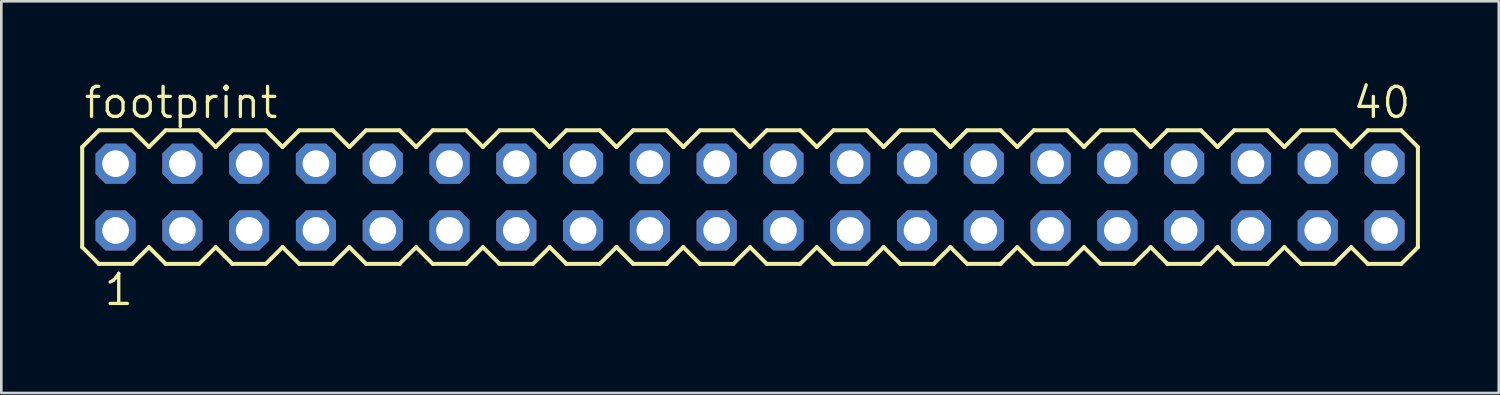
<source format=kicad_pcb>
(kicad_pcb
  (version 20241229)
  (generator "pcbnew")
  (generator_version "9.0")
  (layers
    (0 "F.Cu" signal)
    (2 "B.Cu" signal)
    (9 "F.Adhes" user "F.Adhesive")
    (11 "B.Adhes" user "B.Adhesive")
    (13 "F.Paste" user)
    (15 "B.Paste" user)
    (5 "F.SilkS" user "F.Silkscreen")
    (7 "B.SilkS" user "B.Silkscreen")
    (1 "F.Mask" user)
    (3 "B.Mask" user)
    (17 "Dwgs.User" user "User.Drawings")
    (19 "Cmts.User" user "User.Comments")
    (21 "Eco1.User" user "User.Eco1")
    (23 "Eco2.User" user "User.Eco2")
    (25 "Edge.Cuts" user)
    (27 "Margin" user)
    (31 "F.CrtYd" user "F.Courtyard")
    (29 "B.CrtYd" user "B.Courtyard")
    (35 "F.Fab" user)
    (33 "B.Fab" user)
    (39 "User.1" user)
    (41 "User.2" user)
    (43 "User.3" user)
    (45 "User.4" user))
  (footprint "footprint"
    (layer "F.Cu")
    (at 25.476 4.445)
    (property "Reference" "footprint" (at -25.4 -2.921 0) (layer "F.SilkS") (effects (font (size 1.143 1.143) (thickness 0.127)) (justify left bottom)))
    (fp_line (start -25.4 -1.905) (end -25.4 1.905) (stroke (width 0.152) (type solid)) (layer "F.SilkS"))
    (fp_line (start -25.4 1.905) (end -24.765 2.54) (stroke (width 0.152) (type solid)) (layer "F.SilkS"))
    (fp_line (start -24.765 -2.54) (end -25.4 -1.905) (stroke (width 0.152) (type solid)) (layer "F.SilkS"))
    (fp_line (start -24.765 -2.54) (end -23.495 -2.54) (stroke (width 0.152) (type solid)) (layer "F.SilkS"))
    (fp_line (start -23.495 -2.54) (end -22.86 -1.905) (stroke (width 0.152) (type solid)) (layer "F.SilkS"))
    (fp_line (start -23.495 2.54) (end -24.765 2.54) (stroke (width 0.152) (type solid)) (layer "F.SilkS"))
    (fp_line (start -22.86 -1.905) (end -22.225 -2.54) (stroke (width 0.152) (type solid)) (layer "F.SilkS"))
    (fp_line (start -22.86 1.905) (end -23.495 2.54) (stroke (width 0.152) (type solid)) (layer "F.SilkS"))
    (fp_line (start -22.225 -2.54) (end -20.955 -2.54) (stroke (width 0.152) (type solid)) (layer "F.SilkS"))
    (fp_line (start -22.225 2.54) (end -22.86 1.905) (stroke (width 0.152) (type solid)) (layer "F.SilkS"))
    (fp_line (start -20.955 -2.54) (end -20.32 -1.905) (stroke (width 0.152) (type solid)) (layer "F.SilkS"))
    (fp_line (start -20.955 2.54) (end -22.225 2.54) (stroke (width 0.152) (type solid)) (layer "F.SilkS"))
    (fp_line (start -20.32 -1.905) (end -19.685 -2.54) (stroke (width 0.152) (type solid)) (layer "F.SilkS"))
    (fp_line (start -20.32 1.905) (end -20.955 2.54) (stroke (width 0.152) (type solid)) (layer "F.SilkS"))
    (fp_line (start -19.685 -2.54) (end -18.415 -2.54) (stroke (width 0.152) (type solid)) (layer "F.SilkS"))
    (fp_line (start -19.685 2.54) (end -20.32 1.905) (stroke (width 0.152) (type solid)) (layer "F.SilkS"))
    (fp_line (start -18.415 -2.54) (end -17.78 -1.905) (stroke (width 0.152) (type solid)) (layer "F.SilkS"))
    (fp_line (start -18.415 2.54) (end -19.685 2.54) (stroke (width 0.152) (type solid)) (layer "F.SilkS"))
    (fp_line (start -17.78 1.905) (end -18.415 2.54) (stroke (width 0.152) (type solid)) (layer "F.SilkS"))
    (fp_line (start -17.78 1.905) (end -17.145 2.54) (stroke (width 0.152) (type solid)) (layer "F.SilkS"))
    (fp_line (start -17.145 -2.54) (end -17.78 -1.905) (stroke (width 0.152) (type solid)) (layer "F.SilkS"))
    (fp_line (start -17.145 -2.54) (end -15.875 -2.54) (stroke (width 0.152) (type solid)) (layer "F.SilkS"))
    (fp_line (start -15.875 -2.54) (end -15.24 -1.905) (stroke (width 0.152) (type solid)) (layer "F.SilkS"))
    (fp_line (start -15.875 2.54) (end -17.145 2.54) (stroke (width 0.152) (type solid)) (layer "F.SilkS"))
    (fp_line (start -15.24 -1.905) (end -14.605 -2.54) (stroke (width 0.152) (type solid)) (layer "F.SilkS"))
    (fp_line (start -15.24 1.905) (end -15.875 2.54) (stroke (width 0.152) (type solid)) (layer "F.SilkS"))
    (fp_line (start -14.605 -2.54) (end -13.335 -2.54) (stroke (width 0.152) (type solid)) (layer "F.SilkS"))
    (fp_line (start -14.605 2.54) (end -15.24 1.905) (stroke (width 0.152) (type solid)) (layer "F.SilkS"))
    (fp_line (start -13.335 -2.54) (end -12.7 -1.905) (stroke (width 0.152) (type solid)) (layer "F.SilkS"))
    (fp_line (start -13.335 2.54) (end -14.605 2.54) (stroke (width 0.152) (type solid)) (layer "F.SilkS"))
    (fp_line (start -12.7 -1.905) (end -12.065 -2.54) (stroke (width 0.152) (type solid)) (layer "F.SilkS"))
    (fp_line (start -12.7 1.905) (end -13.335 2.54) (stroke (width 0.152) (type solid)) (layer "F.SilkS"))
    (fp_line (start -12.065 -2.54) (end -10.795 -2.54) (stroke (width 0.152) (type solid)) (layer "F.SilkS"))
    (fp_line (start -12.065 2.54) (end -12.7 1.905) (stroke (width 0.152) (type solid)) (layer "F.SilkS"))
    (fp_line (start -10.795 -2.54) (end -10.16 -1.905) (stroke (width 0.152) (type solid)) (layer "F.SilkS"))
    (fp_line (start -10.795 2.54) (end -12.065 2.54) (stroke (width 0.152) (type solid)) (layer "F.SilkS"))
    (fp_line (start -10.16 -1.905) (end -9.525 -2.54) (stroke (width 0.152) (type solid)) (layer "F.SilkS"))
    (fp_line (start -10.16 1.905) (end -10.795 2.54) (stroke (width 0.152) (type solid)) (layer "F.SilkS"))
    (fp_line (start -9.525 -2.54) (end -8.255 -2.54) (stroke (width 0.152) (type solid)) (layer "F.SilkS"))
    (fp_line (start -9.525 2.54) (end -10.16 1.905) (stroke (width 0.152) (type solid)) (layer "F.SilkS"))
    (fp_line (start -8.255 -2.54) (end -7.62 -1.905) (stroke (width 0.152) (type solid)) (layer "F.SilkS"))
    (fp_line (start -8.255 2.54) (end -9.525 2.54) (stroke (width 0.152) (type solid)) (layer "F.SilkS"))
    (fp_line (start -7.62 1.905) (end -8.255 2.54) (stroke (width 0.152) (type solid)) (layer "F.SilkS"))
    (fp_line (start -7.62 1.905) (end -6.985 2.54) (stroke (width 0.152) (type solid)) (layer "F.SilkS"))
    (fp_line (start -6.985 -2.54) (end -7.62 -1.905) (stroke (width 0.152) (type solid)) (layer "F.SilkS"))
    (fp_line (start -6.985 -2.54) (end -5.715 -2.54) (stroke (width 0.152) (type solid)) (layer "F.SilkS"))
    (fp_line (start -5.715 -2.54) (end -5.08 -1.905) (stroke (width 0.152) (type solid)) (layer "F.SilkS"))
    (fp_line (start -5.715 2.54) (end -6.985 2.54) (stroke (width 0.152) (type solid)) (layer "F.SilkS"))
    (fp_line (start -5.08 -1.905) (end -4.445 -2.54) (stroke (width 0.152) (type solid)) (layer "F.SilkS"))
    (fp_line (start -5.08 1.905) (end -5.715 2.54) (stroke (width 0.152) (type solid)) (layer "F.SilkS"))
    (fp_line (start -4.445 -2.54) (end -3.175 -2.54) (stroke (width 0.152) (type solid)) (layer "F.SilkS"))
    (fp_line (start -4.445 2.54) (end -5.08 1.905) (stroke (width 0.152) (type solid)) (layer "F.SilkS"))
    (fp_line (start -3.175 -2.54) (end -2.54 -1.905) (stroke (width 0.152) (type solid)) (layer "F.SilkS"))
    (fp_line (start -3.175 2.54) (end -4.445 2.54) (stroke (width 0.152) (type solid)) (layer "F.SilkS"))
    (fp_line (start -2.54 -1.905) (end -1.905 -2.54) (stroke (width 0.152) (type solid)) (layer "F.SilkS"))
    (fp_line (start -2.54 1.905) (end -3.175 2.54) (stroke (width 0.152) (type solid)) (layer "F.SilkS"))
    (fp_line (start -1.905 -2.54) (end -0.635 -2.54) (stroke (width 0.152) (type solid)) (layer "F.SilkS"))
    (fp_line (start -1.905 2.54) (end -2.54 1.905) (stroke (width 0.152) (type solid)) (layer "F.SilkS"))
    (fp_line (start -0.635 -2.54) (end 0 -1.905) (stroke (width 0.152) (type solid)) (layer "F.SilkS"))
    (fp_line (start -0.635 2.54) (end -1.905 2.54) (stroke (width 0.152) (type solid)) (layer "F.SilkS"))
    (fp_line (start 0 1.905) (end -0.635 2.54) (stroke (width 0.152) (type solid)) (layer "F.SilkS"))
    (fp_line (start 0 1.905) (end 0.635 2.54) (stroke (width 0.152) (type solid)) (layer "F.SilkS"))
    (fp_line (start 0.635 -2.54) (end 0 -1.905) (stroke (width 0.152) (type solid)) (layer "F.SilkS"))
    (fp_line (start 0.635 -2.54) (end 1.905 -2.54) (stroke (width 0.152) (type solid)) (layer "F.SilkS"))
    (fp_line (start 1.905 -2.54) (end 2.54 -1.905) (stroke (width 0.152) (type solid)) (layer "F.SilkS"))
    (fp_line (start 1.905 2.54) (end 0.635 2.54) (stroke (width 0.152) (type solid)) (layer "F.SilkS"))
    (fp_line (start 2.54 -1.905) (end 3.175 -2.54) (stroke (width 0.152) (type solid)) (layer "F.SilkS"))
    (fp_line (start 2.54 1.905) (end 1.905 2.54) (stroke (width 0.152) (type solid)) (layer "F.SilkS"))
    (fp_line (start 3.175 -2.54) (end 4.445 -2.54) (stroke (width 0.152) (type solid)) (layer "F.SilkS"))
    (fp_line (start 3.175 2.54) (end 2.54 1.905) (stroke (width 0.152) (type solid)) (layer "F.SilkS"))
    (fp_line (start 4.445 -2.54) (end 5.08 -1.905) (stroke (width 0.152) (type solid)) (layer "F.SilkS"))
    (fp_line (start 4.445 2.54) (end 3.175 2.54) (stroke (width 0.152) (type solid)) (layer "F.SilkS"))
    (fp_line (start 5.08 -1.905) (end 5.715 -2.54) (stroke (width 0.152) (type solid)) (layer "F.SilkS"))
    (fp_line (start 5.08 1.905) (end 4.445 2.54) (stroke (width 0.152) (type solid)) (layer "F.SilkS"))
    (fp_line (start 5.715 -2.54) (end 6.985 -2.54) (stroke (width 0.152) (type solid)) (layer "F.SilkS"))
    (fp_line (start 5.715 2.54) (end 5.08 1.905) (stroke (width 0.152) (type solid)) (layer "F.SilkS"))
    (fp_line (start 6.985 -2.54) (end 7.62 -1.905) (stroke (width 0.152) (type solid)) (layer "F.SilkS"))
    (fp_line (start 6.985 2.54) (end 5.715 2.54) (stroke (width 0.152) (type solid)) (layer "F.SilkS"))
    (fp_line (start 7.62 -1.905) (end 8.255 -2.54) (stroke (width 0.152) (type solid)) (layer "F.SilkS"))
    (fp_line (start 7.62 1.905) (end 6.985 2.54) (stroke (width 0.152) (type solid)) (layer "F.SilkS"))
    (fp_line (start 8.255 -2.54) (end 9.525 -2.54) (stroke (width 0.152) (type solid)) (layer "F.SilkS"))
    (fp_line (start 8.255 2.54) (end 7.62 1.905) (stroke (width 0.152) (type solid)) (layer "F.SilkS"))
    (fp_line (start 9.525 -2.54) (end 10.16 -1.905) (stroke (width 0.152) (type solid)) (layer "F.SilkS"))
    (fp_line (start 9.525 2.54) (end 8.255 2.54) (stroke (width 0.152) (type solid)) (layer "F.SilkS"))
    (fp_line (start 10.16 1.905) (end 9.525 2.54) (stroke (width 0.152) (type solid)) (layer "F.SilkS"))
    (fp_line (start 10.16 1.905) (end 10.795 2.54) (stroke (width 0.152) (type solid)) (layer "F.SilkS"))
    (fp_line (start 10.795 -2.54) (end 10.16 -1.905) (stroke (width 0.152) (type solid)) (layer "F.SilkS"))
    (fp_line (start 10.795 -2.54) (end 12.065 -2.54) (stroke (width 0.152) (type solid)) (layer "F.SilkS"))
    (fp_line (start 12.065 -2.54) (end 12.7 -1.905) (stroke (width 0.152) (type solid)) (layer "F.SilkS"))
    (fp_line (start 12.065 2.54) (end 10.795 2.54) (stroke (width 0.152) (type solid)) (layer "F.SilkS"))
    (fp_line (start 12.7 -1.905) (end 13.335 -2.54) (stroke (width 0.152) (type solid)) (layer "F.SilkS"))
    (fp_line (start 12.7 1.905) (end 12.065 2.54) (stroke (width 0.152) (type solid)) (layer "F.SilkS"))
    (fp_line (start 13.335 -2.54) (end 14.605 -2.54) (stroke (width 0.152) (type solid)) (layer "F.SilkS"))
    (fp_line (start 13.335 2.54) (end 12.7 1.905) (stroke (width 0.152) (type solid)) (layer "F.SilkS"))
    (fp_line (start 14.605 -2.54) (end 15.24 -1.905) (stroke (width 0.152) (type solid)) (layer "F.SilkS"))
    (fp_line (start 14.605 2.54) (end 13.335 2.54) (stroke (width 0.152) (type solid)) (layer "F.SilkS"))
    (fp_line (start 15.24 -1.905) (end 15.875 -2.54) (stroke (width 0.152) (type solid)) (layer "F.SilkS"))
    (fp_line (start 15.24 1.905) (end 14.605 2.54) (stroke (width 0.152) (type solid)) (layer "F.SilkS"))
    (fp_line (start 15.875 -2.54) (end 17.145 -2.54) (stroke (width 0.152) (type solid)) (layer "F.SilkS"))
    (fp_line (start 15.875 2.54) (end 15.24 1.905) (stroke (width 0.152) (type solid)) (layer "F.SilkS"))
    (fp_line (start 17.145 -2.54) (end 17.78 -1.905) (stroke (width 0.152) (type solid)) (layer "F.SilkS"))
    (fp_line (start 17.145 2.54) (end 15.875 2.54) (stroke (width 0.152) (type solid)) (layer "F.SilkS"))
    (fp_line (start 17.78 1.905) (end 17.145 2.54) (stroke (width 0.152) (type solid)) (layer "F.SilkS"))
    (fp_line (start 17.78 1.905) (end 18.415 2.54) (stroke (width 0.152) (type solid)) (layer "F.SilkS"))
    (fp_line (start 18.415 -2.54) (end 17.78 -1.905) (stroke (width 0.152) (type solid)) (layer "F.SilkS"))
    (fp_line (start 18.415 -2.54) (end 19.685 -2.54) (stroke (width 0.152) (type solid)) (layer "F.SilkS"))
    (fp_line (start 19.685 -2.54) (end 20.32 -1.905) (stroke (width 0.152) (type solid)) (layer "F.SilkS"))
    (fp_line (start 19.685 2.54) (end 18.415 2.54) (stroke (width 0.152) (type solid)) (layer "F.SilkS"))
    (fp_line (start 20.32 -1.905) (end 20.955 -2.54) (stroke (width 0.152) (type solid)) (layer "F.SilkS"))
    (fp_line (start 20.32 1.905) (end 19.685 2.54) (stroke (width 0.152) (type solid)) (layer "F.SilkS"))
    (fp_line (start 20.955 -2.54) (end 22.225 -2.54) (stroke (width 0.152) (type solid)) (layer "F.SilkS"))
    (fp_line (start 20.955 2.54) (end 20.32 1.905) (stroke (width 0.152) (type solid)) (layer "F.SilkS"))
    (fp_line (start 22.225 -2.54) (end 22.86 -1.905) (stroke (width 0.152) (type solid)) (layer "F.SilkS"))
    (fp_line (start 22.225 2.54) (end 20.955 2.54) (stroke (width 0.152) (type solid)) (layer "F.SilkS"))
    (fp_line (start 22.86 -1.905) (end 23.495 -2.54) (stroke (width 0.152) (type solid)) (layer "F.SilkS"))
    (fp_line (start 22.86 1.905) (end 22.225 2.54) (stroke (width 0.152) (type solid)) (layer "F.SilkS"))
    (fp_line (start 23.495 -2.54) (end 24.765 -2.54) (stroke (width 0.152) (type solid)) (layer "F.SilkS"))
    (fp_line (start 23.495 2.54) (end 22.86 1.905) (stroke (width 0.152) (type solid)) (layer "F.SilkS"))
    (fp_line (start 24.765 -2.54) (end 25.4 -1.905) (stroke (width 0.152) (type solid)) (layer "F.SilkS"))
    (fp_line (start 24.765 2.54) (end 23.495 2.54) (stroke (width 0.152) (type solid)) (layer "F.SilkS"))
    (fp_line (start 25.4 -1.905) (end 25.4 1.905) (stroke (width 0.152) (type solid)) (layer "F.SilkS"))
    (fp_line (start 25.4 1.905) (end 24.765 2.54) (stroke (width 0.152) (type solid)) (layer "F.SilkS"))
    (fp_poly (pts (xy -24.384 -1.016) (xy -23.876 -1.016) (xy -23.876 -1.524) (xy -24.384 -1.524)) (stroke (width 0.1) (type solid)) (fill no) (layer "F.Fab"))
    (fp_poly (pts (xy -24.384 1.524) (xy -23.876 1.524) (xy -23.876 1.016) (xy -24.384 1.016)) (stroke (width 0.1) (type solid)) (fill no) (layer "F.Fab"))
    (fp_poly (pts (xy -21.844 -1.016) (xy -21.336 -1.016) (xy -21.336 -1.524) (xy -21.844 -1.524)) (stroke (width 0.1) (type solid)) (fill no) (layer "F.Fab"))
    (fp_poly (pts (xy -21.844 1.524) (xy -21.336 1.524) (xy -21.336 1.016) (xy -21.844 1.016)) (stroke (width 0.1) (type solid)) (fill no) (layer "F.Fab"))
    (fp_poly (pts (xy -19.304 -1.016) (xy -18.796 -1.016) (xy -18.796 -1.524) (xy -19.304 -1.524)) (stroke (width 0.1) (type solid)) (fill no) (layer "F.Fab"))
    (fp_poly (pts (xy -19.304 1.524) (xy -18.796 1.524) (xy -18.796 1.016) (xy -19.304 1.016)) (stroke (width 0.1) (type solid)) (fill no) (layer "F.Fab"))
    (fp_poly (pts (xy -16.764 -1.016) (xy -16.256 -1.016) (xy -16.256 -1.524) (xy -16.764 -1.524)) (stroke (width 0.1) (type solid)) (fill no) (layer "F.Fab"))
    (fp_poly (pts (xy -16.764 1.524) (xy -16.256 1.524) (xy -16.256 1.016) (xy -16.764 1.016)) (stroke (width 0.1) (type solid)) (fill no) (layer "F.Fab"))
    (fp_poly (pts (xy -14.224 -1.016) (xy -13.716 -1.016) (xy -13.716 -1.524) (xy -14.224 -1.524)) (stroke (width 0.1) (type solid)) (fill no) (layer "F.Fab"))
    (fp_poly (pts (xy -14.224 1.524) (xy -13.716 1.524) (xy -13.716 1.016) (xy -14.224 1.016)) (stroke (width 0.1) (type solid)) (fill no) (layer "F.Fab"))
    (fp_poly (pts (xy -11.684 -1.016) (xy -11.176 -1.016) (xy -11.176 -1.524) (xy -11.684 -1.524)) (stroke (width 0.1) (type solid)) (fill no) (layer "F.Fab"))
    (fp_poly (pts (xy -11.684 1.524) (xy -11.176 1.524) (xy -11.176 1.016) (xy -11.684 1.016)) (stroke (width 0.1) (type solid)) (fill no) (layer "F.Fab"))
    (fp_poly (pts (xy -9.144 -1.016) (xy -8.636 -1.016) (xy -8.636 -1.524) (xy -9.144 -1.524)) (stroke (width 0.1) (type solid)) (fill no) (layer "F.Fab"))
    (fp_poly (pts (xy -9.144 1.524) (xy -8.636 1.524) (xy -8.636 1.016) (xy -9.144 1.016)) (stroke (width 0.1) (type solid)) (fill no) (layer "F.Fab"))
    (fp_poly (pts (xy -6.604 -1.016) (xy -6.096 -1.016) (xy -6.096 -1.524) (xy -6.604 -1.524)) (stroke (width 0.1) (type solid)) (fill no) (layer "F.Fab"))
    (fp_poly (pts (xy -6.604 1.524) (xy -6.096 1.524) (xy -6.096 1.016) (xy -6.604 1.016)) (stroke (width 0.1) (type solid)) (fill no) (layer "F.Fab"))
    (fp_poly (pts (xy -4.064 -1.016) (xy -3.556 -1.016) (xy -3.556 -1.524) (xy -4.064 -1.524)) (stroke (width 0.1) (type solid)) (fill no) (layer "F.Fab"))
    (fp_poly (pts (xy -4.064 1.524) (xy -3.556 1.524) (xy -3.556 1.016) (xy -4.064 1.016)) (stroke (width 0.1) (type solid)) (fill no) (layer "F.Fab"))
    (fp_poly (pts (xy -1.524 -1.016) (xy -1.016 -1.016) (xy -1.016 -1.524) (xy -1.524 -1.524)) (stroke (width 0.1) (type solid)) (fill no) (layer "F.Fab"))
    (fp_poly (pts (xy -1.524 1.524) (xy -1.016 1.524) (xy -1.016 1.016) (xy -1.524 1.016)) (stroke (width 0.1) (type solid)) (fill no) (layer "F.Fab"))
    (fp_poly (pts (xy 1.016 -1.016) (xy 1.524 -1.016) (xy 1.524 -1.524) (xy 1.016 -1.524)) (stroke (width 0.1) (type solid)) (fill no) (layer "F.Fab"))
    (fp_poly (pts (xy 1.016 1.524) (xy 1.524 1.524) (xy 1.524 1.016) (xy 1.016 1.016)) (stroke (width 0.1) (type solid)) (fill no) (layer "F.Fab"))
    (fp_poly (pts (xy 3.556 -1.016) (xy 4.064 -1.016) (xy 4.064 -1.524) (xy 3.556 -1.524)) (stroke (width 0.1) (type solid)) (fill no) (layer "F.Fab"))
    (fp_poly (pts (xy 3.556 1.524) (xy 4.064 1.524) (xy 4.064 1.016) (xy 3.556 1.016)) (stroke (width 0.1) (type solid)) (fill no) (layer "F.Fab"))
    (fp_poly (pts (xy 6.096 -1.016) (xy 6.604 -1.016) (xy 6.604 -1.524) (xy 6.096 -1.524)) (stroke (width 0.1) (type solid)) (fill no) (layer "F.Fab"))
    (fp_poly (pts (xy 6.096 1.524) (xy 6.604 1.524) (xy 6.604 1.016) (xy 6.096 1.016)) (stroke (width 0.1) (type solid)) (fill no) (layer "F.Fab"))
    (fp_poly (pts (xy 8.636 -1.016) (xy 9.144 -1.016) (xy 9.144 -1.524) (xy 8.636 -1.524)) (stroke (width 0.1) (type solid)) (fill no) (layer "F.Fab"))
    (fp_poly (pts (xy 8.636 1.524) (xy 9.144 1.524) (xy 9.144 1.016) (xy 8.636 1.016)) (stroke (width 0.1) (type solid)) (fill no) (layer "F.Fab"))
    (fp_poly (pts (xy 11.176 -1.016) (xy 11.684 -1.016) (xy 11.684 -1.524) (xy 11.176 -1.524)) (stroke (width 0.1) (type solid)) (fill no) (layer "F.Fab"))
    (fp_poly (pts (xy 11.176 1.524) (xy 11.684 1.524) (xy 11.684 1.016) (xy 11.176 1.016)) (stroke (width 0.1) (type solid)) (fill no) (layer "F.Fab"))
    (fp_poly (pts (xy 13.716 -1.016) (xy 14.224 -1.016) (xy 14.224 -1.524) (xy 13.716 -1.524)) (stroke (width 0.1) (type solid)) (fill no) (layer "F.Fab"))
    (fp_poly (pts (xy 13.716 1.524) (xy 14.224 1.524) (xy 14.224 1.016) (xy 13.716 1.016)) (stroke (width 0.1) (type solid)) (fill no) (layer "F.Fab"))
    (fp_poly (pts (xy 16.256 -1.016) (xy 16.764 -1.016) (xy 16.764 -1.524) (xy 16.256 -1.524)) (stroke (width 0.1) (type solid)) (fill no) (layer "F.Fab"))
    (fp_poly (pts (xy 16.256 1.524) (xy 16.764 1.524) (xy 16.764 1.016) (xy 16.256 1.016)) (stroke (width 0.1) (type solid)) (fill no) (layer "F.Fab"))
    (fp_poly (pts (xy 18.796 -1.016) (xy 19.304 -1.016) (xy 19.304 -1.524) (xy 18.796 -1.524)) (stroke (width 0.1) (type solid)) (fill no) (layer "F.Fab"))
    (fp_poly (pts (xy 18.796 1.524) (xy 19.304 1.524) (xy 19.304 1.016) (xy 18.796 1.016)) (stroke (width 0.1) (type solid)) (fill no) (layer "F.Fab"))
    (fp_poly (pts (xy 21.336 -1.016) (xy 21.844 -1.016) (xy 21.844 -1.524) (xy 21.336 -1.524)) (stroke (width 0.1) (type solid)) (fill no) (layer "F.Fab"))
    (fp_poly (pts (xy 21.336 1.524) (xy 21.844 1.524) (xy 21.844 1.016) (xy 21.336 1.016)) (stroke (width 0.1) (type solid)) (fill no) (layer "F.Fab"))
    (fp_poly (pts (xy 23.876 -1.016) (xy 24.384 -1.016) (xy 24.384 -1.524) (xy 23.876 -1.524)) (stroke (width 0.1) (type solid)) (fill no) (layer "F.Fab"))
    (fp_poly (pts (xy 23.876 1.524) (xy 24.384 1.524) (xy 24.384 1.016) (xy 23.876 1.016)) (stroke (width 0.1) (type solid)) (fill no) (layer "F.Fab"))
    (fp_text user "40" (at 22.86 -2.921 0) (layer "F.SilkS") (effects (font (size 1.143 1.143) (thickness 0.127)) (justify left bottom)))
    (fp_text user "1" (at -24.638 4.191 0) (layer "F.SilkS") (effects (font (size 1.143 1.143) (thickness 0.127)) (justify left bottom)))
    (pad "1" thru_hole roundrect (at -24.13 1.27) (size 1.524 1.524) (drill 1.016) (layers "*.Cu" "*.Mask") (roundrect_rratio 0.25) (chamfer_ratio 0.25) (chamfer top_left top_right bottom_left bottom_right))
    (pad "2" thru_hole roundrect (at -24.13 -1.27) (size 1.524 1.524) (drill 1.016) (layers "*.Cu" "*.Mask") (roundrect_rratio 0.25) (chamfer_ratio 0.25) (chamfer top_left top_right bottom_left bottom_right))
    (pad "3" thru_hole roundrect (at -21.59 1.27) (size 1.524 1.524) (drill 1.016) (layers "*.Cu" "*.Mask") (roundrect_rratio 0.25) (chamfer_ratio 0.25) (chamfer top_left top_right bottom_left bottom_right))
    (pad "4" thru_hole roundrect (at -21.59 -1.27) (size 1.524 1.524) (drill 1.016) (layers "*.Cu" "*.Mask") (roundrect_rratio 0.25) (chamfer_ratio 0.25) (chamfer top_left top_right bottom_left bottom_right))
    (pad "5" thru_hole roundrect (at -19.05 1.27) (size 1.524 1.524) (drill 1.016) (layers "*.Cu" "*.Mask") (roundrect_rratio 0.25) (chamfer_ratio 0.25) (chamfer top_left top_right bottom_left bottom_right))
    (pad "6" thru_hole roundrect (at -19.05 -1.27) (size 1.524 1.524) (drill 1.016) (layers "*.Cu" "*.Mask") (roundrect_rratio 0.25) (chamfer_ratio 0.25) (chamfer top_left top_right bottom_left bottom_right))
    (pad "7" thru_hole roundrect (at -16.51 1.27) (size 1.524 1.524) (drill 1.016) (layers "*.Cu" "*.Mask") (roundrect_rratio 0.25) (chamfer_ratio 0.25) (chamfer top_left top_right bottom_left bottom_right))
    (pad "8" thru_hole roundrect (at -16.51 -1.27) (size 1.524 1.524) (drill 1.016) (layers "*.Cu" "*.Mask") (roundrect_rratio 0.25) (chamfer_ratio 0.25) (chamfer top_left top_right bottom_left bottom_right))
    (pad "9" thru_hole roundrect (at -13.97 1.27) (size 1.524 1.524) (drill 1.016) (layers "*.Cu" "*.Mask") (roundrect_rratio 0.25) (chamfer_ratio 0.25) (chamfer top_left top_right bottom_left bottom_right))
    (pad "10" thru_hole roundrect (at -13.97 -1.27) (size 1.524 1.524) (drill 1.016) (layers "*.Cu" "*.Mask") (roundrect_rratio 0.25) (chamfer_ratio 0.25) (chamfer top_left top_right bottom_left bottom_right))
    (pad "11" thru_hole roundrect (at -11.43 1.27) (size 1.524 1.524) (drill 1.016) (layers "*.Cu" "*.Mask") (roundrect_rratio 0.25) (chamfer_ratio 0.25) (chamfer top_left top_right bottom_left bottom_right))
    (pad "12" thru_hole roundrect (at -11.43 -1.27) (size 1.524 1.524) (drill 1.016) (layers "*.Cu" "*.Mask") (roundrect_rratio 0.25) (chamfer_ratio 0.25) (chamfer top_left top_right bottom_left bottom_right))
    (pad "13" thru_hole roundrect (at -8.89 1.27) (size 1.524 1.524) (drill 1.016) (layers "*.Cu" "*.Mask") (roundrect_rratio 0.25) (chamfer_ratio 0.25) (chamfer top_left top_right bottom_left bottom_right))
    (pad "14" thru_hole roundrect (at -8.89 -1.27) (size 1.524 1.524) (drill 1.016) (layers "*.Cu" "*.Mask") (roundrect_rratio 0.25) (chamfer_ratio 0.25) (chamfer top_left top_right bottom_left bottom_right))
    (pad "15" thru_hole roundrect (at -6.35 1.27) (size 1.524 1.524) (drill 1.016) (layers "*.Cu" "*.Mask") (roundrect_rratio 0.25) (chamfer_ratio 0.25) (chamfer top_left top_right bottom_left bottom_right))
    (pad "16" thru_hole roundrect (at -6.35 -1.27) (size 1.524 1.524) (drill 1.016) (layers "*.Cu" "*.Mask") (roundrect_rratio 0.25) (chamfer_ratio 0.25) (chamfer top_left top_right bottom_left bottom_right))
    (pad "17" thru_hole roundrect (at -3.81 1.27) (size 1.524 1.524) (drill 1.016) (layers "*.Cu" "*.Mask") (roundrect_rratio 0.25) (chamfer_ratio 0.25) (chamfer top_left top_right bottom_left bottom_right))
    (pad "18" thru_hole roundrect (at -3.81 -1.27) (size 1.524 1.524) (drill 1.016) (layers "*.Cu" "*.Mask") (roundrect_rratio 0.25) (chamfer_ratio 0.25) (chamfer top_left top_right bottom_left bottom_right))
    (pad "19" thru_hole roundrect (at -1.27 1.27) (size 1.524 1.524) (drill 1.016) (layers "*.Cu" "*.Mask") (roundrect_rratio 0.25) (chamfer_ratio 0.25) (chamfer top_left top_right bottom_left bottom_right))
    (pad "20" thru_hole roundrect (at -1.27 -1.27) (size 1.524 1.524) (drill 1.016) (layers "*.Cu" "*.Mask") (roundrect_rratio 0.25) (chamfer_ratio 0.25) (chamfer top_left top_right bottom_left bottom_right))
    (pad "21" thru_hole roundrect (at 1.27 1.27) (size 1.524 1.524) (drill 1.016) (layers "*.Cu" "*.Mask") (roundrect_rratio 0.25) (chamfer_ratio 0.25) (chamfer top_left top_right bottom_left bottom_right))
    (pad "22" thru_hole roundrect (at 1.27 -1.27) (size 1.524 1.524) (drill 1.016) (layers "*.Cu" "*.Mask") (roundrect_rratio 0.25) (chamfer_ratio 0.25) (chamfer top_left top_right bottom_left bottom_right))
    (pad "23" thru_hole roundrect (at 3.81 1.27) (size 1.524 1.524) (drill 1.016) (layers "*.Cu" "*.Mask") (roundrect_rratio 0.25) (chamfer_ratio 0.25) (chamfer top_left top_right bottom_left bottom_right))
    (pad "24" thru_hole roundrect (at 3.81 -1.27) (size 1.524 1.524) (drill 1.016) (layers "*.Cu" "*.Mask") (roundrect_rratio 0.25) (chamfer_ratio 0.25) (chamfer top_left top_right bottom_left bottom_right))
    (pad "25" thru_hole roundrect (at 6.35 1.27) (size 1.524 1.524) (drill 1.016) (layers "*.Cu" "*.Mask") (roundrect_rratio 0.25) (chamfer_ratio 0.25) (chamfer top_left top_right bottom_left bottom_right))
    (pad "26" thru_hole roundrect (at 6.35 -1.27) (size 1.524 1.524) (drill 1.016) (layers "*.Cu" "*.Mask") (roundrect_rratio 0.25) (chamfer_ratio 0.25) (chamfer top_left top_right bottom_left bottom_right))
    (pad "27" thru_hole roundrect (at 8.89 1.27) (size 1.524 1.524) (drill 1.016) (layers "*.Cu" "*.Mask") (roundrect_rratio 0.25) (chamfer_ratio 0.25) (chamfer top_left top_right bottom_left bottom_right))
    (pad "28" thru_hole roundrect (at 8.89 -1.27) (size 1.524 1.524) (drill 1.016) (layers "*.Cu" "*.Mask") (roundrect_rratio 0.25) (chamfer_ratio 0.25) (chamfer top_left top_right bottom_left bottom_right))
    (pad "29" thru_hole roundrect (at 11.43 1.27) (size 1.524 1.524) (drill 1.016) (layers "*.Cu" "*.Mask") (roundrect_rratio 0.25) (chamfer_ratio 0.25) (chamfer top_left top_right bottom_left bottom_right))
    (pad "30" thru_hole roundrect (at 11.43 -1.27) (size 1.524 1.524) (drill 1.016) (layers "*.Cu" "*.Mask") (roundrect_rratio 0.25) (chamfer_ratio 0.25) (chamfer top_left top_right bottom_left bottom_right))
    (pad "31" thru_hole roundrect (at 13.97 1.27) (size 1.524 1.524) (drill 1.016) (layers "*.Cu" "*.Mask") (roundrect_rratio 0.25) (chamfer_ratio 0.25) (chamfer top_left top_right bottom_left bottom_right))
    (pad "32" thru_hole roundrect (at 13.97 -1.27) (size 1.524 1.524) (drill 1.016) (layers "*.Cu" "*.Mask") (roundrect_rratio 0.25) (chamfer_ratio 0.25) (chamfer top_left top_right bottom_left bottom_right))
    (pad "33" thru_hole roundrect (at 16.51 1.27) (size 1.524 1.524) (drill 1.016) (layers "*.Cu" "*.Mask") (roundrect_rratio 0.25) (chamfer_ratio 0.25) (chamfer top_left top_right bottom_left bottom_right))
    (pad "34" thru_hole roundrect (at 16.51 -1.27) (size 1.524 1.524) (drill 1.016) (layers "*.Cu" "*.Mask") (roundrect_rratio 0.25) (chamfer_ratio 0.25) (chamfer top_left top_right bottom_left bottom_right))
    (pad "35" thru_hole roundrect (at 19.05 1.27) (size 1.524 1.524) (drill 1.016) (layers "*.Cu" "*.Mask") (roundrect_rratio 0.25) (chamfer_ratio 0.25) (chamfer top_left top_right bottom_left bottom_right))
    (pad "36" thru_hole roundrect (at 19.05 -1.27) (size 1.524 1.524) (drill 1.016) (layers "*.Cu" "*.Mask") (roundrect_rratio 0.25) (chamfer_ratio 0.25) (chamfer top_left top_right bottom_left bottom_right))
    (pad "37" thru_hole roundrect (at 21.59 1.27) (size 1.524 1.524) (drill 1.016) (layers "*.Cu" "*.Mask") (roundrect_rratio 0.25) (chamfer_ratio 0.25) (chamfer top_left top_right bottom_left bottom_right))
    (pad "38" thru_hole roundrect (at 21.59 -1.27) (size 1.524 1.524) (drill 1.016) (layers "*.Cu" "*.Mask") (roundrect_rratio 0.25) (chamfer_ratio 0.25) (chamfer top_left top_right bottom_left bottom_right))
    (pad "39" thru_hole roundrect (at 24.13 1.27) (size 1.524 1.524) (drill 1.016) (layers "*.Cu" "*.Mask") (roundrect_rratio 0.25) (chamfer_ratio 0.25) (chamfer top_left top_right bottom_left bottom_right))
    (pad "40" thru_hole roundrect (at 24.13 -1.27) (size 1.524 1.524) (drill 1.016) (layers "*.Cu" "*.Mask") (roundrect_rratio 0.25) (chamfer_ratio 0.25) (chamfer top_left top_right bottom_left bottom_right)))
  (gr_rect
    (start -3 -3)
    (end 53.952 11.895)
    (stroke (width 0.1) (type default))
    (fill no)
    (layer "Edge.Cuts")))
</source>
